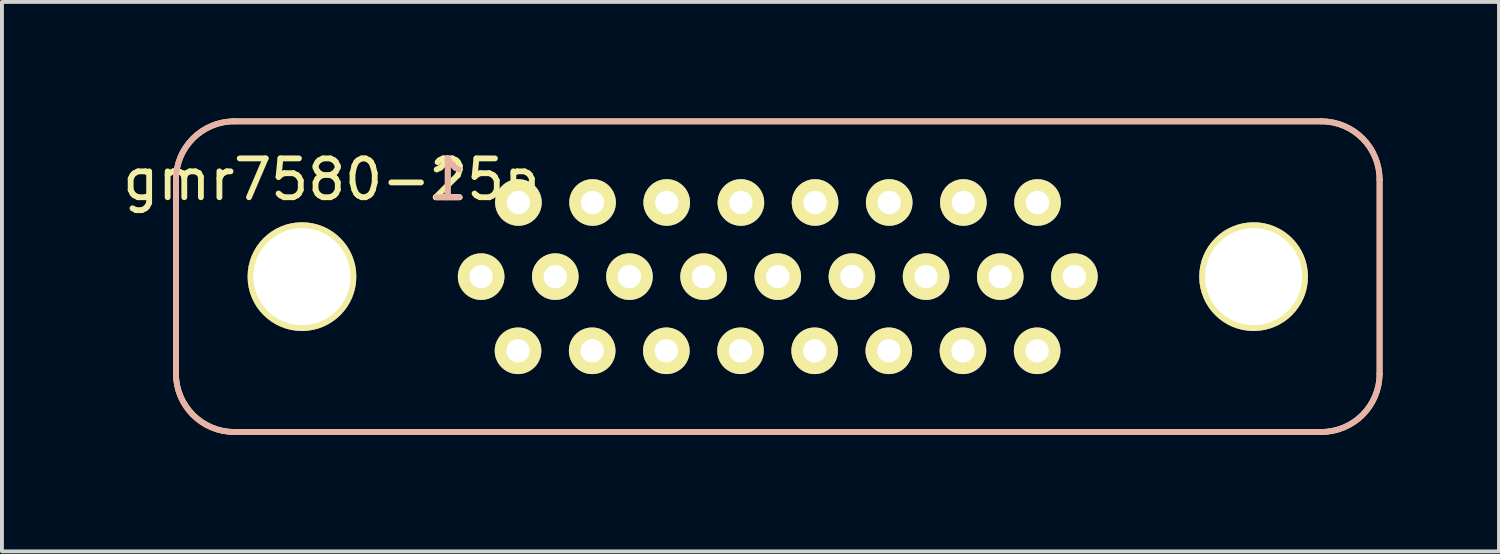
<source format=kicad_pcb>
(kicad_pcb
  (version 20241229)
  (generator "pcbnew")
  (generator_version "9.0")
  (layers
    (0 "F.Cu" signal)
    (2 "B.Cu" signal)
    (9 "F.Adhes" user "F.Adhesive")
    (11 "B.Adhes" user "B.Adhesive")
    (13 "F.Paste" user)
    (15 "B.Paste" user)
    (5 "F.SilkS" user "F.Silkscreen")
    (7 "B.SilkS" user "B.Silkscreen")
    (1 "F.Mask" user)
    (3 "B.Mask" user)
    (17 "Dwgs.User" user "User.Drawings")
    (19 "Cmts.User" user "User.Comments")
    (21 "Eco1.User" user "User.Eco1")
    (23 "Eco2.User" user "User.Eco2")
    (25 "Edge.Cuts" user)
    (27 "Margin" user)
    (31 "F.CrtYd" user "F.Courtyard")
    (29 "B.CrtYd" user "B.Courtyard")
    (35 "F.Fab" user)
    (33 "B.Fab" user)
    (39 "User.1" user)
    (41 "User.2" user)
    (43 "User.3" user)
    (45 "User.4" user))
  (footprint "gmr7580-25p"
    (layer "F.Cu")
    (at 16.982 4.075)
    (property "Reference" "gmr7580-25p" (at -11.5 -2.5 0) (layer "F.SilkS") (effects (font (size 1 1) (thickness 0.15))))
    (attr through_hole)
    (fp_line (start -15.5 2.5) (end -15.5 -2.5) (stroke (width 0.15) (type solid)) (layer "F.SilkS"))
    (fp_line (start -14 -4) (end 14 -4) (stroke (width 0.15) (type solid)) (layer "F.SilkS"))
    (fp_line (start 14 4) (end -14 4) (stroke (width 0.15) (type solid)) (layer "F.SilkS"))
    (fp_line (start 15.5 -2.5) (end 15.5 2.5) (stroke (width 0.15) (type solid)) (layer "F.SilkS"))
    (fp_arc (start -15.5 -2.5) (mid -15.06066 -3.56066) (end -14 -4) (stroke (width 0.15) (type solid)) (layer "F.SilkS"))
    (fp_arc (start -14 4) (mid -15.06066 3.56066) (end -15.5 2.5) (stroke (width 0.15) (type solid)) (layer "F.SilkS"))
    (fp_arc (start 14 -4) (mid 15.06066 -3.56066) (end 15.5 -2.5) (stroke (width 0.15) (type solid)) (layer "F.SilkS"))
    (fp_arc (start 15.5 2.5) (mid 15.06066 3.56066) (end 14 4) (stroke (width 0.15) (type solid)) (layer "F.SilkS"))
    (fp_line (start -15.5 -2.499) (end -15.5 2.501) (stroke (width 0.15) (type solid)) (layer "B.SilkS"))
    (fp_line (start -14 4.001) (end 14 4.001) (stroke (width 0.15) (type solid)) (layer "B.SilkS"))
    (fp_line (start 14 -3.999) (end -14 -3.999) (stroke (width 0.15) (type solid)) (layer "B.SilkS"))
    (fp_line (start 15.5 2.501) (end 15.5 -2.499) (stroke (width 0.15) (type solid)) (layer "B.SilkS"))
    (fp_arc (start -15.5 -2.4993) (mid -15.06066 -3.55996) (end -14 -3.9993) (stroke (width 0.15) (type solid)) (layer "B.SilkS"))
    (fp_arc (start -14 4.0007) (mid -15.06066 3.56136) (end -15.5 2.5007) (stroke (width 0.15) (type solid)) (layer "B.SilkS"))
    (fp_arc (start 14 -3.9993) (mid 15.06066 -3.55996) (end 15.5 -2.4993) (stroke (width 0.15) (type solid)) (layer "B.SilkS"))
    (fp_arc (start 15.5 2.5007) (mid 15.06066 3.56136) (end 14 4.0007) (stroke (width 0.15) (type solid)) (layer "B.SilkS"))
    (fp_text user "1" (at -8.5 -2.5 0) (layer "F.SilkS") (effects (font (size 1 1) (thickness 0.15))))
    (fp_text user "1" (at -8.5 -2.5 0) (layer "B.SilkS") (effects (font (size 1 1) (thickness 0.15)) (justify mirror)))
    (pad "" thru_hole circle (at -12.255 0) (size 2.8 2.8) (drill 2.5) (layers "*.Cu" "*.Mask" "F.SilkS"))
    (pad "" thru_hole circle (at 12.255 0) (size 2.8 2.8) (drill 2.5) (layers "*.Cu" "*.Mask" "F.SilkS"))
    (pad "1" thru_hole circle (at -7.64 0) (size 1.2 1.2) (drill 0.6) (layers "*.Cu" "*.Mask" "F.SilkS"))
    (pad "2" thru_hole circle (at -6.68 -1.91) (size 1.2 1.2) (drill 0.6) (layers "*.Cu" "*.Mask" "F.SilkS"))
    (pad "3" thru_hole circle (at -4.77 -1.91) (size 1.2 1.2) (drill 0.6) (layers "*.Cu" "*.Mask" "F.SilkS"))
    (pad "4" thru_hole circle (at -3.82 0) (size 1.2 1.2) (drill 0.6) (layers "*.Cu" "*.Mask" "F.SilkS"))
    (pad "5" thru_hole circle (at -2.86 -1.91) (size 1.2 1.2) (drill 0.6) (layers "*.Cu" "*.Mask" "F.SilkS"))
    (pad "6" thru_hole circle (at -0.95 -1.91) (size 1.2 1.2) (drill 0.6) (layers "*.Cu" "*.Mask" "F.SilkS"))
    (pad "7" thru_hole circle (at 0 0) (size 1.2 1.2) (drill 0.6) (layers "*.Cu" "*.Mask" "F.SilkS"))
    (pad "8" thru_hole circle (at 0.96 -1.91) (size 1.2 1.2) (drill 0.6) (layers "*.Cu" "*.Mask" "F.SilkS"))
    (pad "9" thru_hole circle (at 2.87 -1.91) (size 1.2 1.2) (drill 0.6) (layers "*.Cu" "*.Mask" "F.SilkS"))
    (pad "10" thru_hole circle (at 3.82 0) (size 1.2 1.2) (drill 0.6) (layers "*.Cu" "*.Mask" "F.SilkS"))
    (pad "11" thru_hole circle (at 4.78 -1.91) (size 1.2 1.2) (drill 0.6) (layers "*.Cu" "*.Mask" "F.SilkS"))
    (pad "12" thru_hole circle (at 6.69 -1.91) (size 1.2 1.2) (drill 0.6) (layers "*.Cu" "*.Mask" "F.SilkS"))
    (pad "13" thru_hole circle (at 7.64 0) (size 1.2 1.2) (drill 0.6) (layers "*.Cu" "*.Mask" "F.SilkS"))
    (pad "14" thru_hole circle (at -6.69 1.91) (size 1.2 1.2) (drill 0.6) (layers "*.Cu" "*.Mask" "F.SilkS"))
    (pad "15" thru_hole circle (at -5.73 0) (size 1.2 1.2) (drill 0.6) (layers "*.Cu" "*.Mask" "F.SilkS"))
    (pad "16" thru_hole circle (at -4.78 1.91) (size 1.2 1.2) (drill 0.6) (layers "*.Cu" "*.Mask" "F.SilkS"))
    (pad "17" thru_hole circle (at -2.87 1.91) (size 1.2 1.2) (drill 0.6) (layers "*.Cu" "*.Mask" "F.SilkS"))
    (pad "18" thru_hole circle (at -1.91 0) (size 1.2 1.2) (drill 0.6) (layers "*.Cu" "*.Mask" "F.SilkS"))
    (pad "19" thru_hole circle (at -0.96 1.91) (size 1.2 1.2) (drill 0.6) (layers "*.Cu" "*.Mask" "F.SilkS"))
    (pad "20" thru_hole circle (at 0.95 1.91) (size 1.2 1.2) (drill 0.6) (layers "*.Cu" "*.Mask" "F.SilkS"))
    (pad "21" thru_hole circle (at 1.91 0) (size 1.2 1.2) (drill 0.6) (layers "*.Cu" "*.Mask" "F.SilkS"))
    (pad "22" thru_hole circle (at 2.86 1.91) (size 1.2 1.2) (drill 0.6) (layers "*.Cu" "*.Mask" "F.SilkS"))
    (pad "23" thru_hole circle (at 4.77 1.91) (size 1.2 1.2) (drill 0.6) (layers "*.Cu" "*.Mask" "F.SilkS"))
    (pad "24" thru_hole circle (at 5.73 0) (size 1.2 1.2) (drill 0.6) (layers "*.Cu" "*.Mask" "F.SilkS"))
    (pad "25" thru_hole circle (at 6.68 1.91) (size 1.2 1.2) (drill 0.6) (layers "*.Cu" "*.Mask" "F.SilkS")))
  (gr_rect
    (start -3 -3)
    (end 35.557 11.151)
    (stroke (width 0.1) (type default))
    (fill no)
    (layer "Edge.Cuts")))
</source>
